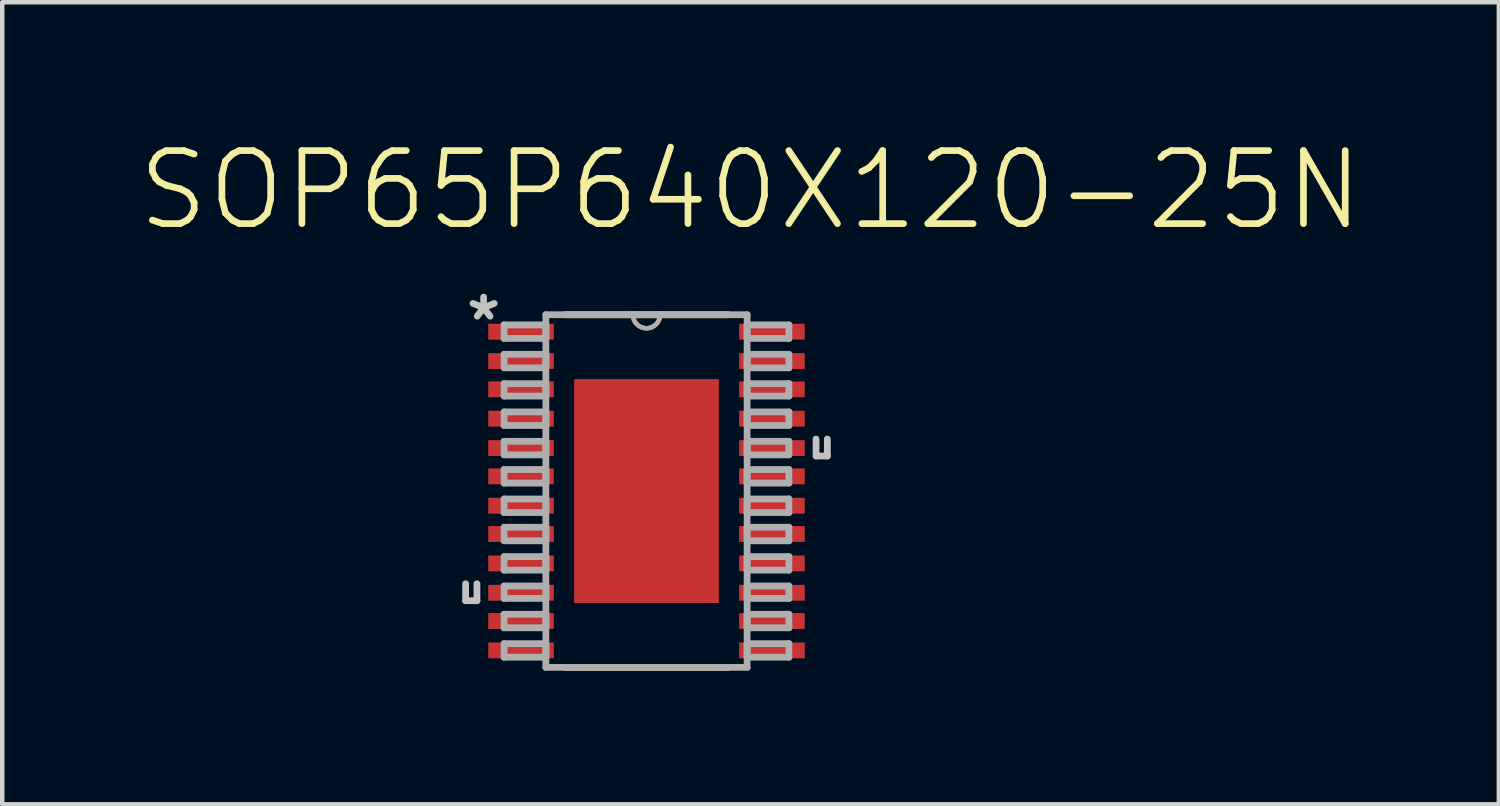
<source format=kicad_pcb>
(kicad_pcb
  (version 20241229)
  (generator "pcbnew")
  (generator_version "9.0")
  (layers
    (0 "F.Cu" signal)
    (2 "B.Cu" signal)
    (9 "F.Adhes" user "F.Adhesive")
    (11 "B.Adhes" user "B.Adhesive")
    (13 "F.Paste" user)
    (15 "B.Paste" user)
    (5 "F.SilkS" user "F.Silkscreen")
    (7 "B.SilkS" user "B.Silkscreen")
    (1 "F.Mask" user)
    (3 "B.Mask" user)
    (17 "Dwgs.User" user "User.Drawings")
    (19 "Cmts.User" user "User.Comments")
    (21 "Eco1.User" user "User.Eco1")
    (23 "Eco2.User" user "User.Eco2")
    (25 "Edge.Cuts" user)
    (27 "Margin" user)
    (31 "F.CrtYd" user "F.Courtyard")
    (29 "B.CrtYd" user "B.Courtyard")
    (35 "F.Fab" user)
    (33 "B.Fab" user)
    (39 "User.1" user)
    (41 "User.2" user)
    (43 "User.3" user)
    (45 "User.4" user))
  (footprint "SOP65P640X120-25N"
    (layer "F.Cu")
    (at 11.477 7.984)
    (property "Reference" "SOP65P640X120-25N" (at 2.338 -6.761 0) (layer "F.SilkS") (effects (font (size 1.641 1.641) (thickness 0.15))))
    (attr smd)
    (fp_line (start -1.829 3.962) (end 1.829 3.962) (stroke (width 0.152) (type solid)) (layer "F.SilkS"))
    (fp_line (start -0.305 -3.962) (end -1.829 -3.962) (stroke (width 0.152) (type solid)) (layer "F.SilkS"))
    (fp_line (start 0.305 -3.962) (end -0.305 -3.962) (stroke (width 0.152) (type solid)) (layer "F.SilkS"))
    (fp_line (start 1.829 -3.962) (end 0.305 -3.962) (stroke (width 0.152) (type solid)) (layer "F.SilkS"))
    (fp_arc (start 0.3048 -3.9624) (mid 0 -3.6576) (end -0.3048 -3.9624) (stroke (width 0.1) (type solid)) (layer "F.SilkS"))
    (fp_line (start -4.064 2.083) (end -4.064 2.464) (stroke (width 0.152) (type solid)) (layer "Dwgs.User"))
    (fp_line (start -4.064 2.464) (end -3.81 2.464) (stroke (width 0.152) (type solid)) (layer "Dwgs.User"))
    (fp_line (start -3.81 2.464) (end -3.81 2.083) (stroke (width 0.152) (type solid)) (layer "Dwgs.User"))
    (fp_line (start 3.81 -0.787) (end 3.81 -1.168) (stroke (width 0.152) (type solid)) (layer "Dwgs.User"))
    (fp_line (start 4.064 -1.168) (end 4.064 -0.787) (stroke (width 0.152) (type solid)) (layer "Dwgs.User"))
    (fp_line (start 4.064 -0.787) (end 3.81 -0.787) (stroke (width 0.152) (type solid)) (layer "Dwgs.User"))
    (fp_line (start -3.2 -3.734) (end -3.2 -3.429) (stroke (width 0.152) (type solid)) (layer "F.Fab"))
    (fp_line (start -3.2 -3.429) (end -2.261 -3.429) (stroke (width 0.152) (type solid)) (layer "F.Fab"))
    (fp_line (start -3.2 -3.073) (end -3.2 -2.769) (stroke (width 0.152) (type solid)) (layer "F.Fab"))
    (fp_line (start -3.2 -2.769) (end -2.261 -2.769) (stroke (width 0.152) (type solid)) (layer "F.Fab"))
    (fp_line (start -3.2 -2.413) (end -3.2 -2.134) (stroke (width 0.152) (type solid)) (layer "F.Fab"))
    (fp_line (start -3.2 -2.134) (end -2.261 -2.134) (stroke (width 0.152) (type solid)) (layer "F.Fab"))
    (fp_line (start -3.2 -1.778) (end -3.2 -1.473) (stroke (width 0.152) (type solid)) (layer "F.Fab"))
    (fp_line (start -3.2 -1.473) (end -2.261 -1.473) (stroke (width 0.152) (type solid)) (layer "F.Fab"))
    (fp_line (start -3.2 -1.118) (end -3.2 -0.813) (stroke (width 0.152) (type solid)) (layer "F.Fab"))
    (fp_line (start -3.2 -0.813) (end -2.261 -0.813) (stroke (width 0.152) (type solid)) (layer "F.Fab"))
    (fp_line (start -3.2 -0.483) (end -3.2 -0.178) (stroke (width 0.152) (type solid)) (layer "F.Fab"))
    (fp_line (start -3.2 -0.178) (end -2.261 -0.178) (stroke (width 0.152) (type solid)) (layer "F.Fab"))
    (fp_line (start -3.2 0.178) (end -3.2 0.483) (stroke (width 0.152) (type solid)) (layer "F.Fab"))
    (fp_line (start -3.2 0.483) (end -2.261 0.483) (stroke (width 0.152) (type solid)) (layer "F.Fab"))
    (fp_line (start -3.2 0.813) (end -3.2 1.118) (stroke (width 0.152) (type solid)) (layer "F.Fab"))
    (fp_line (start -3.2 1.118) (end -2.261 1.118) (stroke (width 0.152) (type solid)) (layer "F.Fab"))
    (fp_line (start -3.2 1.473) (end -3.2 1.778) (stroke (width 0.152) (type solid)) (layer "F.Fab"))
    (fp_line (start -3.2 1.778) (end -2.261 1.778) (stroke (width 0.152) (type solid)) (layer "F.Fab"))
    (fp_line (start -3.2 2.134) (end -3.2 2.413) (stroke (width 0.152) (type solid)) (layer "F.Fab"))
    (fp_line (start -3.2 2.413) (end -2.261 2.413) (stroke (width 0.152) (type solid)) (layer "F.Fab"))
    (fp_line (start -3.2 2.769) (end -3.2 3.073) (stroke (width 0.152) (type solid)) (layer "F.Fab"))
    (fp_line (start -3.2 3.073) (end -2.261 3.073) (stroke (width 0.152) (type solid)) (layer "F.Fab"))
    (fp_line (start -3.2 3.429) (end -3.2 3.734) (stroke (width 0.152) (type solid)) (layer "F.Fab"))
    (fp_line (start -3.2 3.734) (end -2.261 3.734) (stroke (width 0.152) (type solid)) (layer "F.Fab"))
    (fp_line (start -2.261 -3.962) (end -2.261 3.962) (stroke (width 0.152) (type solid)) (layer "F.Fab"))
    (fp_line (start -2.261 -3.734) (end -3.2 -3.734) (stroke (width 0.152) (type solid)) (layer "F.Fab"))
    (fp_line (start -2.261 -3.429) (end -2.261 -3.734) (stroke (width 0.152) (type solid)) (layer "F.Fab"))
    (fp_line (start -2.261 -3.073) (end -3.2 -3.073) (stroke (width 0.152) (type solid)) (layer "F.Fab"))
    (fp_line (start -2.261 -2.769) (end -2.261 -3.073) (stroke (width 0.152) (type solid)) (layer "F.Fab"))
    (fp_line (start -2.261 -2.413) (end -3.2 -2.413) (stroke (width 0.152) (type solid)) (layer "F.Fab"))
    (fp_line (start -2.261 -2.134) (end -2.261 -2.413) (stroke (width 0.152) (type solid)) (layer "F.Fab"))
    (fp_line (start -2.261 -1.778) (end -3.2 -1.778) (stroke (width 0.152) (type solid)) (layer "F.Fab"))
    (fp_line (start -2.261 -1.473) (end -2.261 -1.778) (stroke (width 0.152) (type solid)) (layer "F.Fab"))
    (fp_line (start -2.261 -1.118) (end -3.2 -1.118) (stroke (width 0.152) (type solid)) (layer "F.Fab"))
    (fp_line (start -2.261 -0.813) (end -2.261 -1.118) (stroke (width 0.152) (type solid)) (layer "F.Fab"))
    (fp_line (start -2.261 -0.483) (end -3.2 -0.483) (stroke (width 0.152) (type solid)) (layer "F.Fab"))
    (fp_line (start -2.261 -0.178) (end -2.261 -0.483) (stroke (width 0.152) (type solid)) (layer "F.Fab"))
    (fp_line (start -2.261 0.178) (end -3.2 0.178) (stroke (width 0.152) (type solid)) (layer "F.Fab"))
    (fp_line (start -2.261 0.483) (end -2.261 0.178) (stroke (width 0.152) (type solid)) (layer "F.Fab"))
    (fp_line (start -2.261 0.813) (end -3.2 0.813) (stroke (width 0.152) (type solid)) (layer "F.Fab"))
    (fp_line (start -2.261 1.118) (end -2.261 0.813) (stroke (width 0.152) (type solid)) (layer "F.Fab"))
    (fp_line (start -2.261 1.473) (end -3.2 1.473) (stroke (width 0.152) (type solid)) (layer "F.Fab"))
    (fp_line (start -2.261 1.778) (end -2.261 1.473) (stroke (width 0.152) (type solid)) (layer "F.Fab"))
    (fp_line (start -2.261 2.134) (end -3.2 2.134) (stroke (width 0.152) (type solid)) (layer "F.Fab"))
    (fp_line (start -2.261 2.413) (end -2.261 2.134) (stroke (width 0.152) (type solid)) (layer "F.Fab"))
    (fp_line (start -2.261 2.769) (end -3.2 2.769) (stroke (width 0.152) (type solid)) (layer "F.Fab"))
    (fp_line (start -2.261 3.073) (end -2.261 2.769) (stroke (width 0.152) (type solid)) (layer "F.Fab"))
    (fp_line (start -2.261 3.429) (end -3.2 3.429) (stroke (width 0.152) (type solid)) (layer "F.Fab"))
    (fp_line (start -2.261 3.734) (end -2.261 3.429) (stroke (width 0.152) (type solid)) (layer "F.Fab"))
    (fp_line (start -2.261 3.962) (end 2.261 3.962) (stroke (width 0.152) (type solid)) (layer "F.Fab"))
    (fp_line (start -0.305 -3.962) (end -2.261 -3.962) (stroke (width 0.152) (type solid)) (layer "F.Fab"))
    (fp_line (start 0.305 -3.962) (end -0.305 -3.962) (stroke (width 0.152) (type solid)) (layer "F.Fab"))
    (fp_line (start 2.261 -3.962) (end 0.305 -3.962) (stroke (width 0.152) (type solid)) (layer "F.Fab"))
    (fp_line (start 2.261 -3.734) (end 2.261 -3.429) (stroke (width 0.152) (type solid)) (layer "F.Fab"))
    (fp_line (start 2.261 -3.429) (end 3.2 -3.429) (stroke (width 0.152) (type solid)) (layer "F.Fab"))
    (fp_line (start 2.261 -3.073) (end 2.261 -2.769) (stroke (width 0.152) (type solid)) (layer "F.Fab"))
    (fp_line (start 2.261 -2.769) (end 3.2 -2.769) (stroke (width 0.152) (type solid)) (layer "F.Fab"))
    (fp_line (start 2.261 -2.413) (end 2.261 -2.134) (stroke (width 0.152) (type solid)) (layer "F.Fab"))
    (fp_line (start 2.261 -2.134) (end 3.2 -2.134) (stroke (width 0.152) (type solid)) (layer "F.Fab"))
    (fp_line (start 2.261 -1.778) (end 2.261 -1.473) (stroke (width 0.152) (type solid)) (layer "F.Fab"))
    (fp_line (start 2.261 -1.473) (end 3.2 -1.473) (stroke (width 0.152) (type solid)) (layer "F.Fab"))
    (fp_line (start 2.261 -1.118) (end 2.261 -0.813) (stroke (width 0.152) (type solid)) (layer "F.Fab"))
    (fp_line (start 2.261 -0.813) (end 3.2 -0.813) (stroke (width 0.152) (type solid)) (layer "F.Fab"))
    (fp_line (start 2.261 -0.483) (end 2.261 -0.178) (stroke (width 0.152) (type solid)) (layer "F.Fab"))
    (fp_line (start 2.261 -0.178) (end 3.2 -0.178) (stroke (width 0.152) (type solid)) (layer "F.Fab"))
    (fp_line (start 2.261 0.178) (end 2.261 0.483) (stroke (width 0.152) (type solid)) (layer "F.Fab"))
    (fp_line (start 2.261 0.483) (end 3.2 0.483) (stroke (width 0.152) (type solid)) (layer "F.Fab"))
    (fp_line (start 2.261 0.813) (end 2.261 1.118) (stroke (width 0.152) (type solid)) (layer "F.Fab"))
    (fp_line (start 2.261 1.118) (end 3.2 1.118) (stroke (width 0.152) (type solid)) (layer "F.Fab"))
    (fp_line (start 2.261 1.473) (end 2.261 1.778) (stroke (width 0.152) (type solid)) (layer "F.Fab"))
    (fp_line (start 2.261 1.778) (end 3.2 1.778) (stroke (width 0.152) (type solid)) (layer "F.Fab"))
    (fp_line (start 2.261 2.134) (end 2.261 2.413) (stroke (width 0.152) (type solid)) (layer "F.Fab"))
    (fp_line (start 2.261 2.413) (end 3.2 2.413) (stroke (width 0.152) (type solid)) (layer "F.Fab"))
    (fp_line (start 2.261 2.769) (end 2.261 3.073) (stroke (width 0.152) (type solid)) (layer "F.Fab"))
    (fp_line (start 2.261 3.073) (end 3.2 3.073) (stroke (width 0.152) (type solid)) (layer "F.Fab"))
    (fp_line (start 2.261 3.429) (end 2.261 3.734) (stroke (width 0.152) (type solid)) (layer "F.Fab"))
    (fp_line (start 2.261 3.734) (end 3.2 3.734) (stroke (width 0.152) (type solid)) (layer "F.Fab"))
    (fp_line (start 2.261 3.962) (end 2.261 -3.962) (stroke (width 0.152) (type solid)) (layer "F.Fab"))
    (fp_line (start 3.2 -3.734) (end 2.261 -3.734) (stroke (width 0.152) (type solid)) (layer "F.Fab"))
    (fp_line (start 3.2 -3.429) (end 3.2 -3.734) (stroke (width 0.152) (type solid)) (layer "F.Fab"))
    (fp_line (start 3.2 -3.073) (end 2.261 -3.073) (stroke (width 0.152) (type solid)) (layer "F.Fab"))
    (fp_line (start 3.2 -2.769) (end 3.2 -3.073) (stroke (width 0.152) (type solid)) (layer "F.Fab"))
    (fp_line (start 3.2 -2.413) (end 2.261 -2.413) (stroke (width 0.152) (type solid)) (layer "F.Fab"))
    (fp_line (start 3.2 -2.134) (end 3.2 -2.413) (stroke (width 0.152) (type solid)) (layer "F.Fab"))
    (fp_line (start 3.2 -1.778) (end 2.261 -1.778) (stroke (width 0.152) (type solid)) (layer "F.Fab"))
    (fp_line (start 3.2 -1.473) (end 3.2 -1.778) (stroke (width 0.152) (type solid)) (layer "F.Fab"))
    (fp_line (start 3.2 -1.118) (end 2.261 -1.118) (stroke (width 0.152) (type solid)) (layer "F.Fab"))
    (fp_line (start 3.2 -0.813) (end 3.2 -1.118) (stroke (width 0.152) (type solid)) (layer "F.Fab"))
    (fp_line (start 3.2 -0.483) (end 2.261 -0.483) (stroke (width 0.152) (type solid)) (layer "F.Fab"))
    (fp_line (start 3.2 -0.178) (end 3.2 -0.483) (stroke (width 0.152) (type solid)) (layer "F.Fab"))
    (fp_line (start 3.2 0.178) (end 2.261 0.178) (stroke (width 0.152) (type solid)) (layer "F.Fab"))
    (fp_line (start 3.2 0.483) (end 3.2 0.178) (stroke (width 0.152) (type solid)) (layer "F.Fab"))
    (fp_line (start 3.2 0.813) (end 2.261 0.813) (stroke (width 0.152) (type solid)) (layer "F.Fab"))
    (fp_line (start 3.2 1.118) (end 3.2 0.813) (stroke (width 0.152) (type solid)) (layer "F.Fab"))
    (fp_line (start 3.2 1.473) (end 2.261 1.473) (stroke (width 0.152) (type solid)) (layer "F.Fab"))
    (fp_line (start 3.2 1.778) (end 3.2 1.473) (stroke (width 0.152) (type solid)) (layer "F.Fab"))
    (fp_line (start 3.2 2.134) (end 2.261 2.134) (stroke (width 0.152) (type solid)) (layer "F.Fab"))
    (fp_line (start 3.2 2.413) (end 3.2 2.134) (stroke (width 0.152) (type solid)) (layer "F.Fab"))
    (fp_line (start 3.2 2.769) (end 2.261 2.769) (stroke (width 0.152) (type solid)) (layer "F.Fab"))
    (fp_line (start 3.2 3.073) (end 3.2 2.769) (stroke (width 0.152) (type solid)) (layer "F.Fab"))
    (fp_line (start 3.2 3.429) (end 2.261 3.429) (stroke (width 0.152) (type solid)) (layer "F.Fab"))
    (fp_line (start 3.2 3.734) (end 3.2 3.429) (stroke (width 0.152) (type solid)) (layer "F.Fab"))
    (fp_arc (start 0.3048 -3.9624) (mid 0 -3.6576) (end -0.3048 -3.9624) (stroke (width 0.1) (type solid)) (layer "F.Fab"))
    (fp_text user "*" (at -3.66 -3.813 0) (layer "Dwgs.User") (effects (font (size 1.001 1.001) (thickness 0.15))))
    (pad "1" smd rect (at -2.819 -3.581) (size 1.473 0.356) (layers "F.Cu" "F.Mask" "F.Paste"))
    (pad "2" smd rect (at -2.819 -2.921) (size 1.473 0.356) (layers "F.Cu" "F.Mask" "F.Paste"))
    (pad "3" smd rect (at -2.819 -2.286) (size 1.473 0.356) (layers "F.Cu" "F.Mask" "F.Paste"))
    (pad "4" smd rect (at -2.819 -1.626) (size 1.473 0.356) (layers "F.Cu" "F.Mask" "F.Paste"))
    (pad "5" smd rect (at -2.819 -0.965) (size 1.473 0.356) (layers "F.Cu" "F.Mask" "F.Paste"))
    (pad "6" smd rect (at -2.819 -0.33) (size 1.473 0.356) (layers "F.Cu" "F.Mask" "F.Paste"))
    (pad "7" smd rect (at -2.819 0.33) (size 1.473 0.356) (layers "F.Cu" "F.Mask" "F.Paste"))
    (pad "8" smd rect (at -2.819 0.965) (size 1.473 0.356) (layers "F.Cu" "F.Mask" "F.Paste"))
    (pad "9" smd rect (at -2.819 1.626) (size 1.473 0.356) (layers "F.Cu" "F.Mask" "F.Paste"))
    (pad "10" smd rect (at -2.819 2.286) (size 1.473 0.356) (layers "F.Cu" "F.Mask" "F.Paste"))
    (pad "11" smd rect (at -2.819 2.921) (size 1.473 0.356) (layers "F.Cu" "F.Mask" "F.Paste"))
    (pad "12" smd rect (at -2.819 3.581) (size 1.473 0.356) (layers "F.Cu" "F.Mask" "F.Paste"))
    (pad "13" smd rect (at 2.819 3.581) (size 1.473 0.356) (layers "F.Cu" "F.Mask" "F.Paste"))
    (pad "14" smd rect (at 2.819 2.921) (size 1.473 0.356) (layers "F.Cu" "F.Mask" "F.Paste"))
    (pad "15" smd rect (at 2.819 2.286) (size 1.473 0.356) (layers "F.Cu" "F.Mask" "F.Paste"))
    (pad "16" smd rect (at 2.819 1.626) (size 1.473 0.356) (layers "F.Cu" "F.Mask" "F.Paste"))
    (pad "17" smd rect (at 2.819 0.965) (size 1.473 0.356) (layers "F.Cu" "F.Mask" "F.Paste"))
    (pad "18" smd rect (at 2.819 0.33) (size 1.473 0.356) (layers "F.Cu" "F.Mask" "F.Paste"))
    (pad "19" smd rect (at 2.819 -0.33) (size 1.473 0.356) (layers "F.Cu" "F.Mask" "F.Paste"))
    (pad "20" smd rect (at 2.819 -0.965) (size 1.473 0.356) (layers "F.Cu" "F.Mask" "F.Paste"))
    (pad "21" smd rect (at 2.819 -1.626) (size 1.473 0.356) (layers "F.Cu" "F.Mask" "F.Paste"))
    (pad "22" smd rect (at 2.819 -2.286) (size 1.473 0.356) (layers "F.Cu" "F.Mask" "F.Paste"))
    (pad "23" smd rect (at 2.819 -2.921) (size 1.473 0.356) (layers "F.Cu" "F.Mask" "F.Paste"))
    (pad "24" smd rect (at 2.819 -3.581) (size 1.473 0.356) (layers "F.Cu" "F.Mask" "F.Paste"))
    (pad "25" smd rect (at 0 0) (size 3.251 5.029) (layers "F.Cu" "F.Mask" "F.Paste")))
  (gr_rect
    (start -3 -3)
    (end 30.63 15.023)
    (stroke (width 0.1) (type default))
    (fill no)
    (layer "Edge.Cuts")))
</source>
